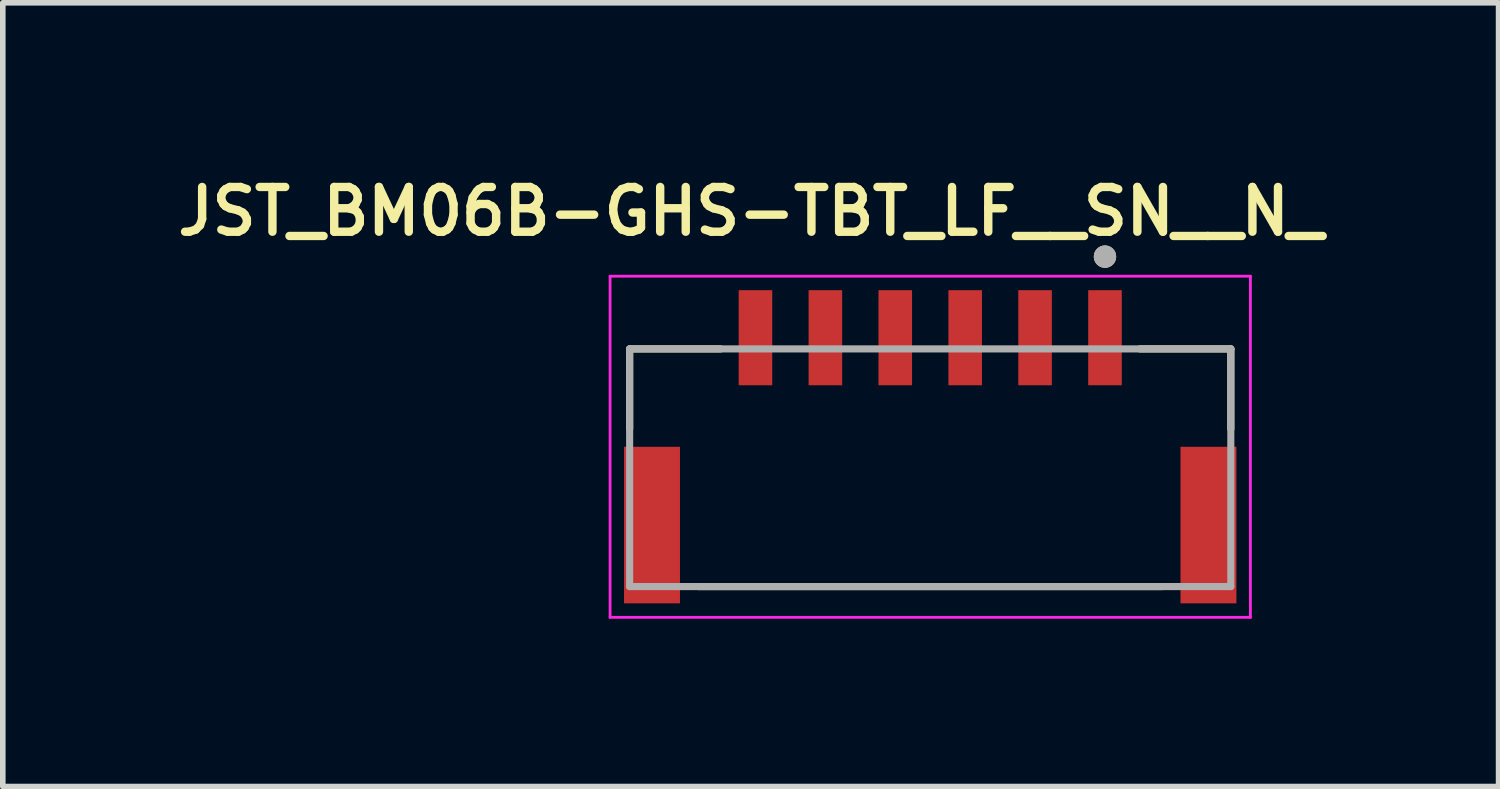
<source format=kicad_pcb>
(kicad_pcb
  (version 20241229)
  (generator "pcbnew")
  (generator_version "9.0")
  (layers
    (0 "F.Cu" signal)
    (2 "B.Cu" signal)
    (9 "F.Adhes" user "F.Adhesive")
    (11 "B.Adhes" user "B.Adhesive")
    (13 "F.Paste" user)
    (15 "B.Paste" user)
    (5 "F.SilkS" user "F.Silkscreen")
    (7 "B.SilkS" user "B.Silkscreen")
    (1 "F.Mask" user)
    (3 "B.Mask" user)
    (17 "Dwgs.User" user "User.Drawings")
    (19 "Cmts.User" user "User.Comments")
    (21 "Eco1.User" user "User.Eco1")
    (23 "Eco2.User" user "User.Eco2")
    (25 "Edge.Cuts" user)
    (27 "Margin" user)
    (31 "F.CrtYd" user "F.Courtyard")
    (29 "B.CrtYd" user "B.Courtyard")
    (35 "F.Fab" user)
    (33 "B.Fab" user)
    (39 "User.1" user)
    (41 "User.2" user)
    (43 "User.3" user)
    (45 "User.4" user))
  (footprint "JST_BM06B-GHS-TBT_LF__SN__N_"
    (layer "F.Cu")
    (at 13.584 6.339)
    (property "Reference" "JST_BM06B-GHS-TBT_LF__SN__N_" (at -3.21 -5.608 0) (layer "F.SilkS") (effects (font (size 0.8 0.8) (thickness 0.15))))
    (attr smd)
    (fp_line (start -5.375 -3.15) (end -3.75 -3.15) (stroke (width 0.127) (type solid)) (layer "F.SilkS"))
    (fp_line (start -5.375 -1.72) (end -5.375 -3.15) (stroke (width 0.127) (type solid)) (layer "F.SilkS"))
    (fp_line (start -4.15 1.1) (end 4.15 1.1) (stroke (width 0.127) (type solid)) (layer "F.SilkS"))
    (fp_line (start 3.75 -3.15) (end 5.375 -3.15) (stroke (width 0.127) (type solid)) (layer "F.SilkS"))
    (fp_line (start 5.375 -1.72) (end 5.375 -3.15) (stroke (width 0.127) (type solid)) (layer "F.SilkS"))
    (fp_circle (center 3.125 -4.8) (end 3.225 -4.8) (stroke (width 0.2) (type solid)) (fill no) (layer "F.SilkS"))
    (fp_line (start -5.725 -4.45) (end 5.725 -4.45) (stroke (width 0.05) (type solid)) (layer "F.CrtYd"))
    (fp_line (start -5.725 1.65) (end -5.725 -4.45) (stroke (width 0.05) (type solid)) (layer "F.CrtYd"))
    (fp_line (start 5.725 -4.45) (end 5.725 1.65) (stroke (width 0.05) (type solid)) (layer "F.CrtYd"))
    (fp_line (start 5.725 1.65) (end -5.725 1.65) (stroke (width 0.05) (type solid)) (layer "F.CrtYd"))
    (fp_line (start -5.375 -3.15) (end 5.375 -3.15) (stroke (width 0.127) (type solid)) (layer "F.Fab"))
    (fp_line (start -5.375 1.1) (end -5.375 -3.15) (stroke (width 0.127) (type solid)) (layer "F.Fab"))
    (fp_line (start 5.375 -3.15) (end 5.375 1.1) (stroke (width 0.127) (type solid)) (layer "F.Fab"))
    (fp_line (start 5.375 1.1) (end -5.375 1.1) (stroke (width 0.127) (type solid)) (layer "F.Fab"))
    (fp_circle (center 3.125 -4.8) (end 3.225 -4.8) (stroke (width 0.2) (type solid)) (fill no) (layer "F.Fab"))
    (pad "1" smd rect (at 3.125 -3.35 270) (size 1.7 0.6) (layers "F.Cu" "F.Mask" "F.Paste"))
    (pad "2" smd rect (at 1.875 -3.35 270) (size 1.7 0.6) (layers "F.Cu" "F.Mask" "F.Paste"))
    (pad "3" smd rect (at 0.625 -3.35 270) (size 1.7 0.6) (layers "F.Cu" "F.Mask" "F.Paste"))
    (pad "4" smd rect (at -0.625 -3.35 270) (size 1.7 0.6) (layers "F.Cu" "F.Mask" "F.Paste"))
    (pad "5" smd rect (at -1.875 -3.35 270) (size 1.7 0.6) (layers "F.Cu" "F.Mask" "F.Paste"))
    (pad "6" smd rect (at -3.125 -3.35 270) (size 1.7 0.6) (layers "F.Cu" "F.Mask" "F.Paste"))
    (pad "S1" smd rect (at -4.975 0 270) (size 2.8 1) (layers "F.Cu" "F.Mask" "F.Paste"))
    (pad "S2" smd rect (at 4.975 0 270) (size 2.8 1) (layers "F.Cu" "F.Mask" "F.Paste")))
  (gr_rect
    (start -3 -3)
    (end 23.747 11.014)
    (stroke (width 0.1) (type default))
    (fill no)
    (layer "Edge.Cuts")))
</source>
